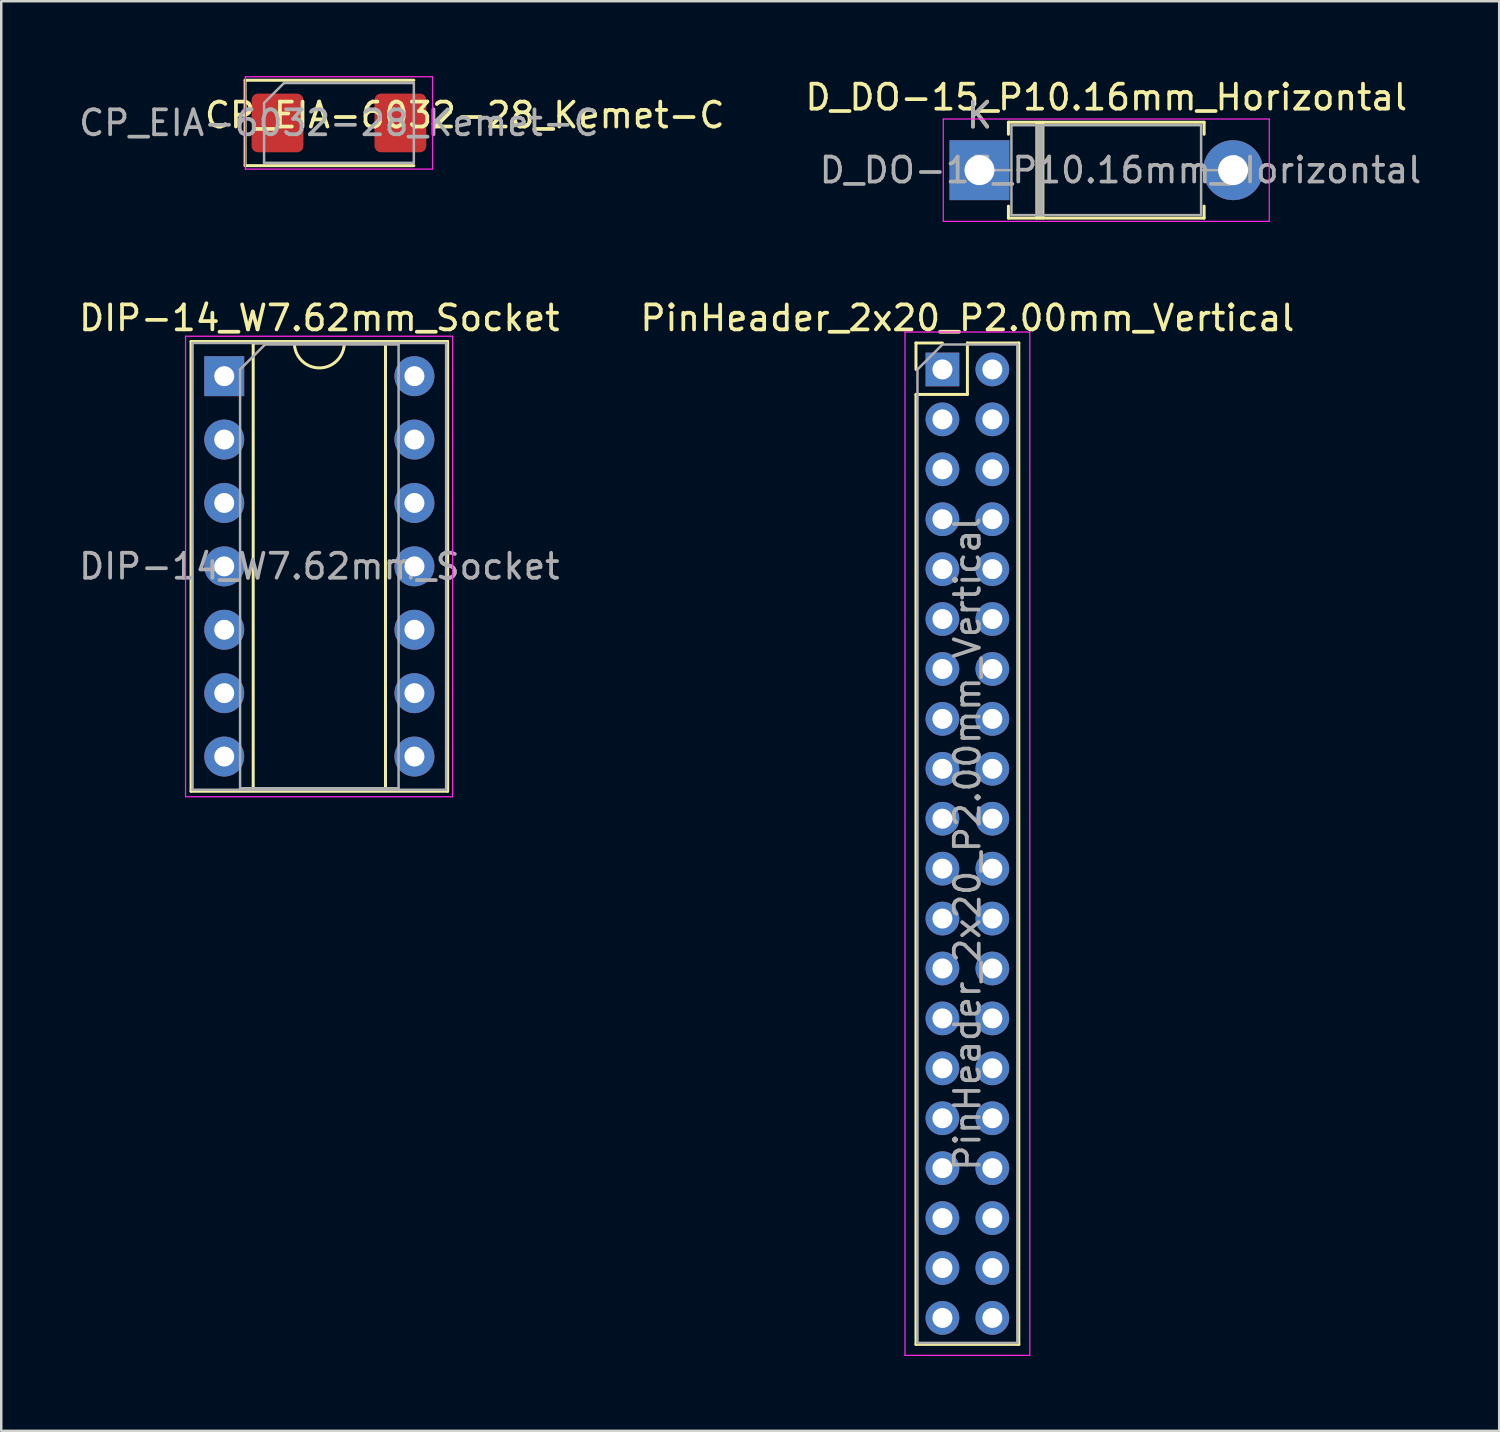
<source format=kicad_pcb>
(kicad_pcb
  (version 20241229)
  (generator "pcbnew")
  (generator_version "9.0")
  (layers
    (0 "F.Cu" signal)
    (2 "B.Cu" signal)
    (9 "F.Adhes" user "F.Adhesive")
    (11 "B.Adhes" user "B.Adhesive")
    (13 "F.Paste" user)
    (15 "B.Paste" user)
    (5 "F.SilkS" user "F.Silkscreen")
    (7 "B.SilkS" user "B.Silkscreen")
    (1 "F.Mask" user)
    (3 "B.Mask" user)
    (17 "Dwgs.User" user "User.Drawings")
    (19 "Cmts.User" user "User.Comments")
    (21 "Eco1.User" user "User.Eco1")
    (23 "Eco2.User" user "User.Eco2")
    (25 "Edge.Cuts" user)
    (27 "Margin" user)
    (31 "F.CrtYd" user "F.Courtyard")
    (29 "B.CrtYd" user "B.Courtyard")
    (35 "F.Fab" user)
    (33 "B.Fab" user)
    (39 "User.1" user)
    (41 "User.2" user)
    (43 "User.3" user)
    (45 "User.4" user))
  (footprint "DIP-14_W7.62mm_Socket"
    (layer "F.Cu")
    (at 5.934 12.021)
    (property "Reference" "DIP-14_W7.62mm_Socket" (at 3.81 -2.33 180) (layer "F.SilkS") (effects (font (size 1 1) (thickness 0.15))))
    (attr through_hole)
    (fp_line (start -1.33 -1.39) (end -1.33 16.63) (stroke (width 0.12) (type solid)) (layer "F.SilkS"))
    (fp_line (start -1.33 16.63) (end 8.95 16.63) (stroke (width 0.12) (type solid)) (layer "F.SilkS"))
    (fp_line (start 1.16 -1.33) (end 1.16 16.57) (stroke (width 0.12) (type solid)) (layer "F.SilkS"))
    (fp_line (start 1.16 16.57) (end 6.46 16.57) (stroke (width 0.12) (type solid)) (layer "F.SilkS"))
    (fp_line (start 2.81 -1.33) (end 1.16 -1.33) (stroke (width 0.12) (type solid)) (layer "F.SilkS"))
    (fp_line (start 6.46 -1.33) (end 4.81 -1.33) (stroke (width 0.12) (type solid)) (layer "F.SilkS"))
    (fp_line (start 6.46 16.57) (end 6.46 -1.33) (stroke (width 0.12) (type solid)) (layer "F.SilkS"))
    (fp_line (start 8.95 -1.39) (end -1.33 -1.39) (stroke (width 0.12) (type solid)) (layer "F.SilkS"))
    (fp_line (start 8.95 16.63) (end 8.95 -1.39) (stroke (width 0.12) (type solid)) (layer "F.SilkS"))
    (fp_arc (start 4.81 -1.33) (mid 3.81 -0.33) (end 2.81 -1.33) (stroke (width 0.12) (type solid)) (layer "F.SilkS"))
    (fp_line (start -1.55 -1.6) (end -1.55 16.85) (stroke (width 0.05) (type solid)) (layer "F.CrtYd"))
    (fp_line (start -1.55 16.85) (end 9.15 16.85) (stroke (width 0.05) (type solid)) (layer "F.CrtYd"))
    (fp_line (start 9.15 -1.6) (end -1.55 -1.6) (stroke (width 0.05) (type solid)) (layer "F.CrtYd"))
    (fp_line (start 9.15 16.85) (end 9.15 -1.6) (stroke (width 0.05) (type solid)) (layer "F.CrtYd"))
    (fp_line (start -1.27 -1.33) (end -1.27 16.57) (stroke (width 0.1) (type solid)) (layer "F.Fab"))
    (fp_line (start -1.27 16.57) (end 8.89 16.57) (stroke (width 0.1) (type solid)) (layer "F.Fab"))
    (fp_line (start 0.635 -0.27) (end 1.635 -1.27) (stroke (width 0.1) (type solid)) (layer "F.Fab"))
    (fp_line (start 0.635 16.51) (end 0.635 -0.27) (stroke (width 0.1) (type solid)) (layer "F.Fab"))
    (fp_line (start 1.635 -1.27) (end 6.985 -1.27) (stroke (width 0.1) (type solid)) (layer "F.Fab"))
    (fp_line (start 6.985 -1.27) (end 6.985 16.51) (stroke (width 0.1) (type solid)) (layer "F.Fab"))
    (fp_line (start 6.985 16.51) (end 0.635 16.51) (stroke (width 0.1) (type solid)) (layer "F.Fab"))
    (fp_line (start 8.89 -1.33) (end -1.27 -1.33) (stroke (width 0.1) (type solid)) (layer "F.Fab"))
    (fp_line (start 8.89 16.57) (end 8.89 -1.33) (stroke (width 0.1) (type solid)) (layer "F.Fab"))
    (fp_text user "${REFERENCE}" (at 3.81 7.62 180) (layer "F.Fab") (effects (font (size 1 1) (thickness 0.15))))
    (pad "1" thru_hole rect (at 0 0) (size 1.6 1.6) (drill 0.8) (layers "*.Cu" "*.Mask"))
    (pad "2" thru_hole oval (at 0 2.54) (size 1.6 1.6) (drill 0.8) (layers "*.Cu" "*.Mask"))
    (pad "3" thru_hole oval (at 0 5.08) (size 1.6 1.6) (drill 0.8) (layers "*.Cu" "*.Mask"))
    (pad "4" thru_hole oval (at 0 7.62) (size 1.6 1.6) (drill 0.8) (layers "*.Cu" "*.Mask"))
    (pad "5" thru_hole oval (at 0 10.16) (size 1.6 1.6) (drill 0.8) (layers "*.Cu" "*.Mask"))
    (pad "6" thru_hole oval (at 0 12.7) (size 1.6 1.6) (drill 0.8) (layers "*.Cu" "*.Mask"))
    (pad "7" thru_hole oval (at 0 15.24) (size 1.6 1.6) (drill 0.8) (layers "*.Cu" "*.Mask"))
    (pad "8" thru_hole oval (at 7.62 15.24) (size 1.6 1.6) (drill 0.8) (layers "*.Cu" "*.Mask"))
    (pad "9" thru_hole oval (at 7.62 12.7) (size 1.6 1.6) (drill 0.8) (layers "*.Cu" "*.Mask"))
    (pad "10" thru_hole oval (at 7.62 10.16) (size 1.6 1.6) (drill 0.8) (layers "*.Cu" "*.Mask"))
    (pad "11" thru_hole oval (at 7.62 7.62) (size 1.6 1.6) (drill 0.8) (layers "*.Cu" "*.Mask"))
    (pad "12" thru_hole oval (at 7.62 5.08) (size 1.6 1.6) (drill 0.8) (layers "*.Cu" "*.Mask"))
    (pad "13" thru_hole oval (at 7.62 2.54) (size 1.6 1.6) (drill 0.8) (layers "*.Cu" "*.Mask"))
    (pad "14" thru_hole oval (at 7.62 0) (size 1.6 1.6) (drill 0.8) (layers "*.Cu" "*.Mask")))
  (footprint "PinHeader_2x20_P2.00mm_Vertical"
    (layer "F.Cu")
    (at 34.708 11.752)
    (property "Reference" "PinHeader_2x20_P2.00mm_Vertical" (at 1 -2.06 180) (layer "F.SilkS") (effects (font (size 1 1) (thickness 0.15))))
    (attr through_hole)
    (fp_line (start -1.06 -1.06) (end 0 -1.06) (stroke (width 0.12) (type solid)) (layer "F.SilkS"))
    (fp_line (start -1.06 0) (end -1.06 -1.06) (stroke (width 0.12) (type solid)) (layer "F.SilkS"))
    (fp_line (start -1.06 1) (end -1.06 39.06) (stroke (width 0.12) (type solid)) (layer "F.SilkS"))
    (fp_line (start -1.06 1) (end 1 1) (stroke (width 0.12) (type solid)) (layer "F.SilkS"))
    (fp_line (start -1.06 39.06) (end 3.06 39.06) (stroke (width 0.12) (type solid)) (layer "F.SilkS"))
    (fp_line (start 1 -1.06) (end 3.06 -1.06) (stroke (width 0.12) (type solid)) (layer "F.SilkS"))
    (fp_line (start 1 1) (end 1 -1.06) (stroke (width 0.12) (type solid)) (layer "F.SilkS"))
    (fp_line (start 3.06 -1.06) (end 3.06 39.06) (stroke (width 0.12) (type solid)) (layer "F.SilkS"))
    (fp_line (start -1.5 -1.5) (end -1.5 39.5) (stroke (width 0.05) (type solid)) (layer "F.CrtYd"))
    (fp_line (start -1.5 39.5) (end 3.5 39.5) (stroke (width 0.05) (type solid)) (layer "F.CrtYd"))
    (fp_line (start 3.5 -1.5) (end -1.5 -1.5) (stroke (width 0.05) (type solid)) (layer "F.CrtYd"))
    (fp_line (start 3.5 39.5) (end 3.5 -1.5) (stroke (width 0.05) (type solid)) (layer "F.CrtYd"))
    (fp_line (start -1 0) (end 0 -1) (stroke (width 0.1) (type solid)) (layer "F.Fab"))
    (fp_line (start -1 39) (end -1 0) (stroke (width 0.1) (type solid)) (layer "F.Fab"))
    (fp_line (start 0 -1) (end 3 -1) (stroke (width 0.1) (type solid)) (layer "F.Fab"))
    (fp_line (start 3 -1) (end 3 39) (stroke (width 0.1) (type solid)) (layer "F.Fab"))
    (fp_line (start 3 39) (end -1 39) (stroke (width 0.1) (type solid)) (layer "F.Fab"))
    (fp_text user "${REFERENCE}" (at 1 19 90) (layer "F.Fab") (effects (font (size 1 1) (thickness 0.15))))
    (pad "1" thru_hole rect (at 0 0) (size 1.35 1.35) (drill 0.8) (layers "*.Cu" "*.Mask"))
    (pad "2" thru_hole oval (at 2 0) (size 1.35 1.35) (drill 0.8) (layers "*.Cu" "*.Mask"))
    (pad "3" thru_hole oval (at 0 2) (size 1.35 1.35) (drill 0.8) (layers "*.Cu" "*.Mask"))
    (pad "4" thru_hole oval (at 2 2) (size 1.35 1.35) (drill 0.8) (layers "*.Cu" "*.Mask"))
    (pad "5" thru_hole oval (at 0 4) (size 1.35 1.35) (drill 0.8) (layers "*.Cu" "*.Mask"))
    (pad "6" thru_hole oval (at 2 4) (size 1.35 1.35) (drill 0.8) (layers "*.Cu" "*.Mask"))
    (pad "7" thru_hole oval (at 0 6) (size 1.35 1.35) (drill 0.8) (layers "*.Cu" "*.Mask"))
    (pad "8" thru_hole oval (at 2 6) (size 1.35 1.35) (drill 0.8) (layers "*.Cu" "*.Mask"))
    (pad "9" thru_hole oval (at 0 8) (size 1.35 1.35) (drill 0.8) (layers "*.Cu" "*.Mask"))
    (pad "10" thru_hole oval (at 2 8) (size 1.35 1.35) (drill 0.8) (layers "*.Cu" "*.Mask"))
    (pad "11" thru_hole oval (at 0 10) (size 1.35 1.35) (drill 0.8) (layers "*.Cu" "*.Mask"))
    (pad "12" thru_hole oval (at 2 10) (size 1.35 1.35) (drill 0.8) (layers "*.Cu" "*.Mask"))
    (pad "13" thru_hole oval (at 0 12) (size 1.35 1.35) (drill 0.8) (layers "*.Cu" "*.Mask"))
    (pad "14" thru_hole oval (at 2 12) (size 1.35 1.35) (drill 0.8) (layers "*.Cu" "*.Mask"))
    (pad "15" thru_hole oval (at 0 14) (size 1.35 1.35) (drill 0.8) (layers "*.Cu" "*.Mask"))
    (pad "16" thru_hole oval (at 2 14) (size 1.35 1.35) (drill 0.8) (layers "*.Cu" "*.Mask"))
    (pad "17" thru_hole oval (at 0 16) (size 1.35 1.35) (drill 0.8) (layers "*.Cu" "*.Mask"))
    (pad "18" thru_hole oval (at 2 16) (size 1.35 1.35) (drill 0.8) (layers "*.Cu" "*.Mask"))
    (pad "19" thru_hole oval (at 0 18) (size 1.35 1.35) (drill 0.8) (layers "*.Cu" "*.Mask"))
    (pad "20" thru_hole oval (at 2 18) (size 1.35 1.35) (drill 0.8) (layers "*.Cu" "*.Mask"))
    (pad "21" thru_hole oval (at 0 20) (size 1.35 1.35) (drill 0.8) (layers "*.Cu" "*.Mask"))
    (pad "22" thru_hole oval (at 2 20) (size 1.35 1.35) (drill 0.8) (layers "*.Cu" "*.Mask"))
    (pad "23" thru_hole oval (at 0 22) (size 1.35 1.35) (drill 0.8) (layers "*.Cu" "*.Mask"))
    (pad "24" thru_hole oval (at 2 22) (size 1.35 1.35) (drill 0.8) (layers "*.Cu" "*.Mask"))
    (pad "25" thru_hole oval (at 0 24) (size 1.35 1.35) (drill 0.8) (layers "*.Cu" "*.Mask"))
    (pad "26" thru_hole oval (at 2 24) (size 1.35 1.35) (drill 0.8) (layers "*.Cu" "*.Mask"))
    (pad "27" thru_hole oval (at 0 26) (size 1.35 1.35) (drill 0.8) (layers "*.Cu" "*.Mask"))
    (pad "28" thru_hole oval (at 2 26) (size 1.35 1.35) (drill 0.8) (layers "*.Cu" "*.Mask"))
    (pad "29" thru_hole oval (at 0 28) (size 1.35 1.35) (drill 0.8) (layers "*.Cu" "*.Mask"))
    (pad "30" thru_hole oval (at 2 28) (size 1.35 1.35) (drill 0.8) (layers "*.Cu" "*.Mask"))
    (pad "31" thru_hole oval (at 0 30) (size 1.35 1.35) (drill 0.8) (layers "*.Cu" "*.Mask"))
    (pad "32" thru_hole oval (at 2 30) (size 1.35 1.35) (drill 0.8) (layers "*.Cu" "*.Mask"))
    (pad "33" thru_hole oval (at 0 32) (size 1.35 1.35) (drill 0.8) (layers "*.Cu" "*.Mask"))
    (pad "34" thru_hole oval (at 2 32) (size 1.35 1.35) (drill 0.8) (layers "*.Cu" "*.Mask"))
    (pad "35" thru_hole oval (at 0 34) (size 1.35 1.35) (drill 0.8) (layers "*.Cu" "*.Mask"))
    (pad "36" thru_hole oval (at 2 34) (size 1.35 1.35) (drill 0.8) (layers "*.Cu" "*.Mask"))
    (pad "37" thru_hole oval (at 0 36) (size 1.35 1.35) (drill 0.8) (layers "*.Cu" "*.Mask"))
    (pad "38" thru_hole oval (at 2 36) (size 1.35 1.35) (drill 0.8) (layers "*.Cu" "*.Mask"))
    (pad "39" thru_hole oval (at 0 38) (size 1.35 1.35) (drill 0.8) (layers "*.Cu" "*.Mask"))
    (pad "40" thru_hole oval (at 2 38) (size 1.35 1.35) (drill 0.8) (layers "*.Cu" "*.Mask")))
  (footprint "CP_EIA-6032-28_Kemet-C"
    (layer "F.Cu")
    (at 10.53 1.875)
    (property "Reference" "CP_EIA-6032-28_Kemet-C" (at 5.04 -0.31 180) (layer "F.SilkS") (effects (font (size 1 1) (thickness 0.15))))
    (attr smd)
    (fp_line (start -3.76 -1.71) (end -3.76 1.71) (stroke (width 0.12) (type solid)) (layer "F.SilkS"))
    (fp_line (start -3.76 1.71) (end 3 1.71) (stroke (width 0.12) (type solid)) (layer "F.SilkS"))
    (fp_line (start 3 -1.71) (end -3.76 -1.71) (stroke (width 0.12) (type solid)) (layer "F.SilkS"))
    (fp_line (start -3.75 -1.85) (end 3.75 -1.85) (stroke (width 0.05) (type solid)) (layer "F.CrtYd"))
    (fp_line (start -3.75 1.85) (end -3.75 -1.85) (stroke (width 0.05) (type solid)) (layer "F.CrtYd"))
    (fp_line (start 3.75 -1.85) (end 3.75 1.85) (stroke (width 0.05) (type solid)) (layer "F.CrtYd"))
    (fp_line (start 3.75 1.85) (end -3.75 1.85) (stroke (width 0.05) (type solid)) (layer "F.CrtYd"))
    (fp_line (start -3 -0.8) (end -3 1.6) (stroke (width 0.1) (type solid)) (layer "F.Fab"))
    (fp_line (start -3 1.6) (end 3 1.6) (stroke (width 0.1) (type solid)) (layer "F.Fab"))
    (fp_line (start -2.2 -1.6) (end -3 -0.8) (stroke (width 0.1) (type solid)) (layer "F.Fab"))
    (fp_line (start 3 -1.6) (end -2.2 -1.6) (stroke (width 0.1) (type solid)) (layer "F.Fab"))
    (fp_line (start 3 1.6) (end 3 -1.6) (stroke (width 0.1) (type solid)) (layer "F.Fab"))
    (fp_text user "${REFERENCE}" (at 0 0 180) (layer "F.Fab") (effects (font (size 1 1) (thickness 0.15))))
    (pad "1" smd roundrect (at -2.462 0) (size 2.075 2.35) (layers "F.Cu" "F.Mask" "F.Paste") (roundrect_rratio 0.12))
    (pad "2" smd roundrect (at 2.462 0) (size 2.075 2.35) (layers "F.Cu" "F.Mask" "F.Paste") (roundrect_rratio 0.12)))
  (footprint "D_DO-15_P10.16mm_Horizontal"
    (layer "F.Cu")
    (at 36.192 3.768)
    (property "Reference" "D_DO-15_P10.16mm_Horizontal" (at 5.08 -2.92 0) (layer "F.SilkS") (effects (font (size 1 1) (thickness 0.15))))
    (attr through_hole)
    (fp_line (start 1.16 -1.92) (end 9 -1.92) (stroke (width 0.12) (type solid)) (layer "F.SilkS"))
    (fp_line (start 1.16 -1.44) (end 1.16 -1.92) (stroke (width 0.12) (type solid)) (layer "F.SilkS"))
    (fp_line (start 1.16 1.44) (end 1.16 1.92) (stroke (width 0.12) (type solid)) (layer "F.SilkS"))
    (fp_line (start 1.16 1.92) (end 9 1.92) (stroke (width 0.12) (type solid)) (layer "F.SilkS"))
    (fp_line (start 2.3 -1.92) (end 2.3 1.92) (stroke (width 0.12) (type solid)) (layer "F.SilkS"))
    (fp_line (start 2.42 -1.92) (end 2.42 1.92) (stroke (width 0.12) (type solid)) (layer "F.SilkS"))
    (fp_line (start 2.54 -1.92) (end 2.54 1.92) (stroke (width 0.12) (type solid)) (layer "F.SilkS"))
    (fp_line (start 9 -1.92) (end 9 -1.44) (stroke (width 0.12) (type solid)) (layer "F.SilkS"))
    (fp_line (start 9 1.92) (end 9 1.44) (stroke (width 0.12) (type solid)) (layer "F.SilkS"))
    (fp_line (start -1.45 -2.05) (end -1.45 2.05) (stroke (width 0.05) (type solid)) (layer "F.CrtYd"))
    (fp_line (start -1.45 2.05) (end 11.61 2.05) (stroke (width 0.05) (type solid)) (layer "F.CrtYd"))
    (fp_line (start 11.61 -2.05) (end -1.45 -2.05) (stroke (width 0.05) (type solid)) (layer "F.CrtYd"))
    (fp_line (start 11.61 2.05) (end 11.61 -2.05) (stroke (width 0.05) (type solid)) (layer "F.CrtYd"))
    (fp_line (start 0 0) (end 1.28 0) (stroke (width 0.1) (type solid)) (layer "F.Fab"))
    (fp_line (start 1.28 -1.8) (end 1.28 1.8) (stroke (width 0.1) (type solid)) (layer "F.Fab"))
    (fp_line (start 1.28 1.8) (end 8.88 1.8) (stroke (width 0.1) (type solid)) (layer "F.Fab"))
    (fp_line (start 2.32 -1.8) (end 2.32 1.8) (stroke (width 0.1) (type solid)) (layer "F.Fab"))
    (fp_line (start 2.42 -1.8) (end 2.42 1.8) (stroke (width 0.1) (type solid)) (layer "F.Fab"))
    (fp_line (start 2.52 -1.8) (end 2.52 1.8) (stroke (width 0.1) (type solid)) (layer "F.Fab"))
    (fp_line (start 8.88 -1.8) (end 1.28 -1.8) (stroke (width 0.1) (type solid)) (layer "F.Fab"))
    (fp_line (start 8.88 1.8) (end 8.88 -1.8) (stroke (width 0.1) (type solid)) (layer "F.Fab"))
    (fp_line (start 10.16 0) (end 8.88 0) (stroke (width 0.1) (type solid)) (layer "F.Fab"))
    (fp_text user "K" (at 0 -2.2 0) (layer "F.SilkS") (effects (font (size 1 1) (thickness 0.15))))
    (fp_text user "${REFERENCE}" (at 5.65 0 0) (layer "F.Fab") (effects (font (size 1 1) (thickness 0.15))))
    (fp_text user "K" (at 0 -2.2 0) (layer "F.Fab") (effects (font (size 1 1) (thickness 0.15))))
    (pad "1" thru_hole rect (at 0 0) (size 2.4 2.4) (drill 1.2) (layers "*.Cu" "*.Mask"))
    (pad "2" thru_hole oval (at 10.16 0) (size 2.4 2.4) (drill 1.2) (layers "*.Cu" "*.Mask")))
  (gr_rect
    (start -3 -3)
    (end 57.015 54.276)
    (stroke (width 0.1) (type default))
    (fill no)
    (layer "Edge.Cuts")))
</source>
